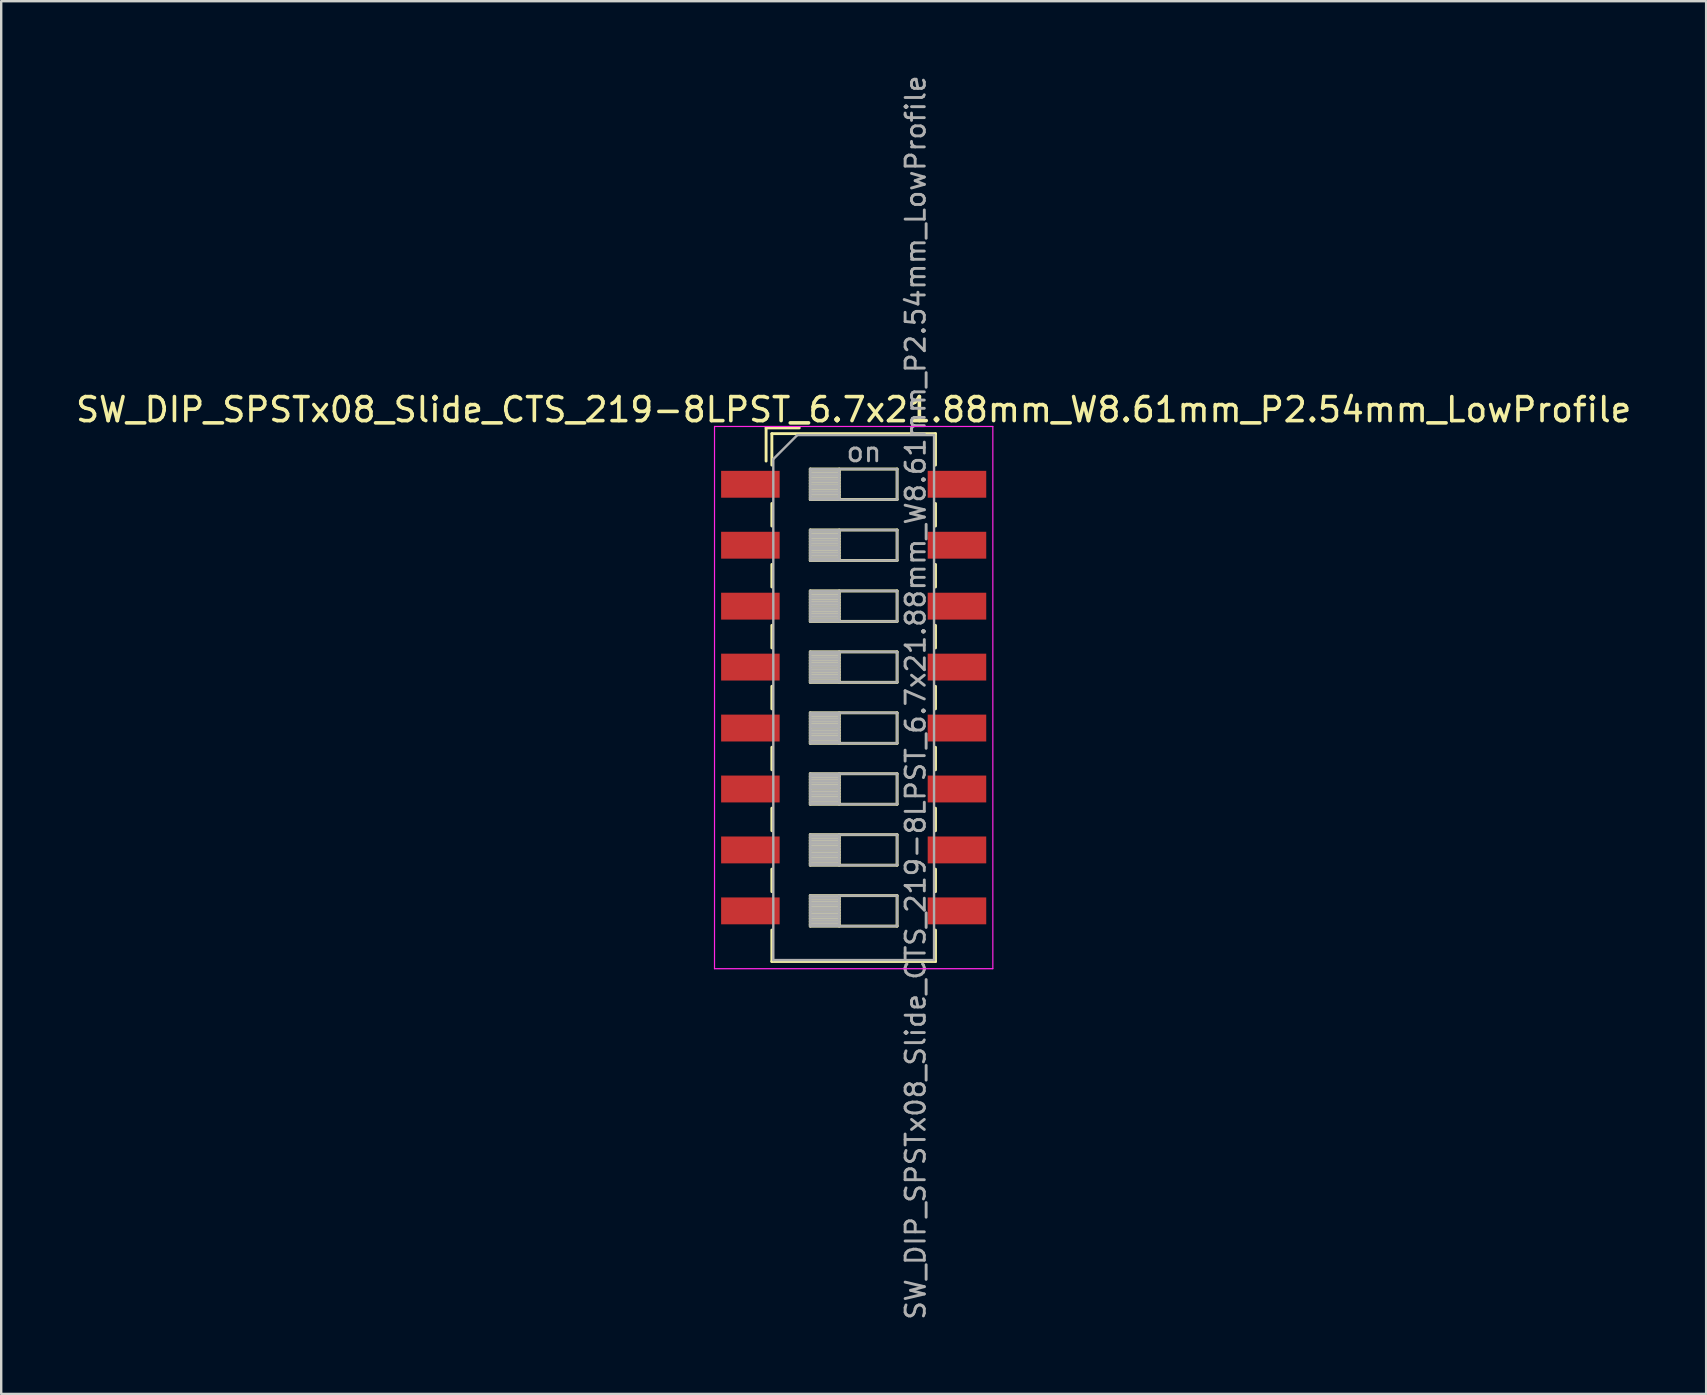
<source format=kicad_pcb>
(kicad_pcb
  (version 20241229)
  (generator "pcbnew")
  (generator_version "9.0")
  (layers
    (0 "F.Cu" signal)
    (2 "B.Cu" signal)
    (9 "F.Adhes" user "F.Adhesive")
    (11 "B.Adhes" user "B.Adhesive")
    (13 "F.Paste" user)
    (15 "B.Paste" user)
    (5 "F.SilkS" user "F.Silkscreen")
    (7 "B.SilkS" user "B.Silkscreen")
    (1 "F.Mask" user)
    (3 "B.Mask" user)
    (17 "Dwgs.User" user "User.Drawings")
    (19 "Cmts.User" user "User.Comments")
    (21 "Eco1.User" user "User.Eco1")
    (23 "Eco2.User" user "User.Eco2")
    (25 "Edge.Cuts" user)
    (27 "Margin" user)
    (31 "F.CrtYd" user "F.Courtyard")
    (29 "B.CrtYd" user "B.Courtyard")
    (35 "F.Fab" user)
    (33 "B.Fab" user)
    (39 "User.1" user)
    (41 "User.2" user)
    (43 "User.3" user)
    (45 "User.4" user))
  (footprint "SW_DIP_SPSTx08_Slide_CTS_219-8LPST_6.7x21.88mm_W8.61mm_P2.54mm_LowProfile"
    (layer "F.Cu")
    (at 32.53 26.024)
    (property "Reference" "SW_DIP_SPSTx08_Slide_CTS_219-8LPST_6.7x21.88mm_W8.61mm_P2.54mm_LowProfile" (at 0 -12 0) (layer "F.SilkS") (effects (font (size 1 1) (thickness 0.15))))
    (attr smd)
    (fp_line (start -3.65 -11.24) (end -3.65 -9.857) (stroke (width 0.12) (type solid)) (layer "F.SilkS"))
    (fp_line (start -3.65 -11.24) (end -2.267 -11.24) (stroke (width 0.12) (type solid)) (layer "F.SilkS"))
    (fp_line (start -3.41 -11) (end -3.41 -9.69) (stroke (width 0.12) (type solid)) (layer "F.SilkS"))
    (fp_line (start -3.41 -11) (end 3.41 -11) (stroke (width 0.12) (type solid)) (layer "F.SilkS"))
    (fp_line (start -3.41 -8.09) (end -3.41 -7.15) (stroke (width 0.12) (type solid)) (layer "F.SilkS"))
    (fp_line (start -3.41 -5.55) (end -3.41 -4.61) (stroke (width 0.12) (type solid)) (layer "F.SilkS"))
    (fp_line (start -3.41 -3.01) (end -3.41 -2.07) (stroke (width 0.12) (type solid)) (layer "F.SilkS"))
    (fp_line (start -3.41 -0.47) (end -3.41 0.47) (stroke (width 0.12) (type solid)) (layer "F.SilkS"))
    (fp_line (start -3.41 2.07) (end -3.41 3.01) (stroke (width 0.12) (type solid)) (layer "F.SilkS"))
    (fp_line (start -3.41 4.61) (end -3.41 5.55) (stroke (width 0.12) (type solid)) (layer "F.SilkS"))
    (fp_line (start -3.41 7.15) (end -3.41 8.09) (stroke (width 0.12) (type solid)) (layer "F.SilkS"))
    (fp_line (start -3.41 9.69) (end -3.41 11.001) (stroke (width 0.12) (type solid)) (layer "F.SilkS"))
    (fp_line (start -3.41 11.001) (end 3.41 11.001) (stroke (width 0.12) (type solid)) (layer "F.SilkS"))
    (fp_line (start -1.81 -9.525) (end -1.81 -8.255) (stroke (width 0.12) (type solid)) (layer "F.SilkS"))
    (fp_line (start -1.81 -9.405) (end -0.603 -9.405) (stroke (width 0.12) (type solid)) (layer "F.SilkS"))
    (fp_line (start -1.81 -9.285) (end -0.603 -9.285) (stroke (width 0.12) (type solid)) (layer "F.SilkS"))
    (fp_line (start -1.81 -9.165) (end -0.603 -9.165) (stroke (width 0.12) (type solid)) (layer "F.SilkS"))
    (fp_line (start -1.81 -9.045) (end -0.603 -9.045) (stroke (width 0.12) (type solid)) (layer "F.SilkS"))
    (fp_line (start -1.81 -8.925) (end -0.603 -8.925) (stroke (width 0.12) (type solid)) (layer "F.SilkS"))
    (fp_line (start -1.81 -8.805) (end -0.603 -8.805) (stroke (width 0.12) (type solid)) (layer "F.SilkS"))
    (fp_line (start -1.81 -8.685) (end -0.603 -8.685) (stroke (width 0.12) (type solid)) (layer "F.SilkS"))
    (fp_line (start -1.81 -8.565) (end -0.603 -8.565) (stroke (width 0.12) (type solid)) (layer "F.SilkS"))
    (fp_line (start -1.81 -8.445) (end -0.603 -8.445) (stroke (width 0.12) (type solid)) (layer "F.SilkS"))
    (fp_line (start -1.81 -8.325) (end -0.603 -8.325) (stroke (width 0.12) (type solid)) (layer "F.SilkS"))
    (fp_line (start -1.81 -8.255) (end 1.81 -8.255) (stroke (width 0.12) (type solid)) (layer "F.SilkS"))
    (fp_line (start -1.81 -6.985) (end -1.81 -5.715) (stroke (width 0.12) (type solid)) (layer "F.SilkS"))
    (fp_line (start -1.81 -6.865) (end -0.603 -6.865) (stroke (width 0.12) (type solid)) (layer "F.SilkS"))
    (fp_line (start -1.81 -6.745) (end -0.603 -6.745) (stroke (width 0.12) (type solid)) (layer "F.SilkS"))
    (fp_line (start -1.81 -6.625) (end -0.603 -6.625) (stroke (width 0.12) (type solid)) (layer "F.SilkS"))
    (fp_line (start -1.81 -6.505) (end -0.603 -6.505) (stroke (width 0.12) (type solid)) (layer "F.SilkS"))
    (fp_line (start -1.81 -6.385) (end -0.603 -6.385) (stroke (width 0.12) (type solid)) (layer "F.SilkS"))
    (fp_line (start -1.81 -6.265) (end -0.603 -6.265) (stroke (width 0.12) (type solid)) (layer "F.SilkS"))
    (fp_line (start -1.81 -6.145) (end -0.603 -6.145) (stroke (width 0.12) (type solid)) (layer "F.SilkS"))
    (fp_line (start -1.81 -6.025) (end -0.603 -6.025) (stroke (width 0.12) (type solid)) (layer "F.SilkS"))
    (fp_line (start -1.81 -5.905) (end -0.603 -5.905) (stroke (width 0.12) (type solid)) (layer "F.SilkS"))
    (fp_line (start -1.81 -5.785) (end -0.603 -5.785) (stroke (width 0.12) (type solid)) (layer "F.SilkS"))
    (fp_line (start -1.81 -5.715) (end 1.81 -5.715) (stroke (width 0.12) (type solid)) (layer "F.SilkS"))
    (fp_line (start -1.81 -4.445) (end -1.81 -3.175) (stroke (width 0.12) (type solid)) (layer "F.SilkS"))
    (fp_line (start -1.81 -4.325) (end -0.603 -4.325) (stroke (width 0.12) (type solid)) (layer "F.SilkS"))
    (fp_line (start -1.81 -4.205) (end -0.603 -4.205) (stroke (width 0.12) (type solid)) (layer "F.SilkS"))
    (fp_line (start -1.81 -4.085) (end -0.603 -4.085) (stroke (width 0.12) (type solid)) (layer "F.SilkS"))
    (fp_line (start -1.81 -3.965) (end -0.603 -3.965) (stroke (width 0.12) (type solid)) (layer "F.SilkS"))
    (fp_line (start -1.81 -3.845) (end -0.603 -3.845) (stroke (width 0.12) (type solid)) (layer "F.SilkS"))
    (fp_line (start -1.81 -3.725) (end -0.603 -3.725) (stroke (width 0.12) (type solid)) (layer "F.SilkS"))
    (fp_line (start -1.81 -3.605) (end -0.603 -3.605) (stroke (width 0.12) (type solid)) (layer "F.SilkS"))
    (fp_line (start -1.81 -3.485) (end -0.603 -3.485) (stroke (width 0.12) (type solid)) (layer "F.SilkS"))
    (fp_line (start -1.81 -3.365) (end -0.603 -3.365) (stroke (width 0.12) (type solid)) (layer "F.SilkS"))
    (fp_line (start -1.81 -3.245) (end -0.603 -3.245) (stroke (width 0.12) (type solid)) (layer "F.SilkS"))
    (fp_line (start -1.81 -3.175) (end 1.81 -3.175) (stroke (width 0.12) (type solid)) (layer "F.SilkS"))
    (fp_line (start -1.81 -1.905) (end -1.81 -0.635) (stroke (width 0.12) (type solid)) (layer "F.SilkS"))
    (fp_line (start -1.81 -1.785) (end -0.603 -1.785) (stroke (width 0.12) (type solid)) (layer "F.SilkS"))
    (fp_line (start -1.81 -1.665) (end -0.603 -1.665) (stroke (width 0.12) (type solid)) (layer "F.SilkS"))
    (fp_line (start -1.81 -1.545) (end -0.603 -1.545) (stroke (width 0.12) (type solid)) (layer "F.SilkS"))
    (fp_line (start -1.81 -1.425) (end -0.603 -1.425) (stroke (width 0.12) (type solid)) (layer "F.SilkS"))
    (fp_line (start -1.81 -1.305) (end -0.603 -1.305) (stroke (width 0.12) (type solid)) (layer "F.SilkS"))
    (fp_line (start -1.81 -1.185) (end -0.603 -1.185) (stroke (width 0.12) (type solid)) (layer "F.SilkS"))
    (fp_line (start -1.81 -1.065) (end -0.603 -1.065) (stroke (width 0.12) (type solid)) (layer "F.SilkS"))
    (fp_line (start -1.81 -0.945) (end -0.603 -0.945) (stroke (width 0.12) (type solid)) (layer "F.SilkS"))
    (fp_line (start -1.81 -0.825) (end -0.603 -0.825) (stroke (width 0.12) (type solid)) (layer "F.SilkS"))
    (fp_line (start -1.81 -0.705) (end -0.603 -0.705) (stroke (width 0.12) (type solid)) (layer "F.SilkS"))
    (fp_line (start -1.81 -0.635) (end 1.81 -0.635) (stroke (width 0.12) (type solid)) (layer "F.SilkS"))
    (fp_line (start -1.81 0.635) (end -1.81 1.905) (stroke (width 0.12) (type solid)) (layer "F.SilkS"))
    (fp_line (start -1.81 0.755) (end -0.603 0.755) (stroke (width 0.12) (type solid)) (layer "F.SilkS"))
    (fp_line (start -1.81 0.875) (end -0.603 0.875) (stroke (width 0.12) (type solid)) (layer "F.SilkS"))
    (fp_line (start -1.81 0.995) (end -0.603 0.995) (stroke (width 0.12) (type solid)) (layer "F.SilkS"))
    (fp_line (start -1.81 1.115) (end -0.603 1.115) (stroke (width 0.12) (type solid)) (layer "F.SilkS"))
    (fp_line (start -1.81 1.235) (end -0.603 1.235) (stroke (width 0.12) (type solid)) (layer "F.SilkS"))
    (fp_line (start -1.81 1.355) (end -0.603 1.355) (stroke (width 0.12) (type solid)) (layer "F.SilkS"))
    (fp_line (start -1.81 1.475) (end -0.603 1.475) (stroke (width 0.12) (type solid)) (layer "F.SilkS"))
    (fp_line (start -1.81 1.595) (end -0.603 1.595) (stroke (width 0.12) (type solid)) (layer "F.SilkS"))
    (fp_line (start -1.81 1.715) (end -0.603 1.715) (stroke (width 0.12) (type solid)) (layer "F.SilkS"))
    (fp_line (start -1.81 1.835) (end -0.603 1.835) (stroke (width 0.12) (type solid)) (layer "F.SilkS"))
    (fp_line (start -1.81 1.905) (end 1.81 1.905) (stroke (width 0.12) (type solid)) (layer "F.SilkS"))
    (fp_line (start -1.81 3.175) (end -1.81 4.445) (stroke (width 0.12) (type solid)) (layer "F.SilkS"))
    (fp_line (start -1.81 3.295) (end -0.603 3.295) (stroke (width 0.12) (type solid)) (layer "F.SilkS"))
    (fp_line (start -1.81 3.415) (end -0.603 3.415) (stroke (width 0.12) (type solid)) (layer "F.SilkS"))
    (fp_line (start -1.81 3.535) (end -0.603 3.535) (stroke (width 0.12) (type solid)) (layer "F.SilkS"))
    (fp_line (start -1.81 3.655) (end -0.603 3.655) (stroke (width 0.12) (type solid)) (layer "F.SilkS"))
    (fp_line (start -1.81 3.775) (end -0.603 3.775) (stroke (width 0.12) (type solid)) (layer "F.SilkS"))
    (fp_line (start -1.81 3.895) (end -0.603 3.895) (stroke (width 0.12) (type solid)) (layer "F.SilkS"))
    (fp_line (start -1.81 4.015) (end -0.603 4.015) (stroke (width 0.12) (type solid)) (layer "F.SilkS"))
    (fp_line (start -1.81 4.135) (end -0.603 4.135) (stroke (width 0.12) (type solid)) (layer "F.SilkS"))
    (fp_line (start -1.81 4.255) (end -0.603 4.255) (stroke (width 0.12) (type solid)) (layer "F.SilkS"))
    (fp_line (start -1.81 4.375) (end -0.603 4.375) (stroke (width 0.12) (type solid)) (layer "F.SilkS"))
    (fp_line (start -1.81 4.445) (end 1.81 4.445) (stroke (width 0.12) (type solid)) (layer "F.SilkS"))
    (fp_line (start -1.81 5.715) (end -1.81 6.985) (stroke (width 0.12) (type solid)) (layer "F.SilkS"))
    (fp_line (start -1.81 5.835) (end -0.603 5.835) (stroke (width 0.12) (type solid)) (layer "F.SilkS"))
    (fp_line (start -1.81 5.955) (end -0.603 5.955) (stroke (width 0.12) (type solid)) (layer "F.SilkS"))
    (fp_line (start -1.81 6.075) (end -0.603 6.075) (stroke (width 0.12) (type solid)) (layer "F.SilkS"))
    (fp_line (start -1.81 6.195) (end -0.603 6.195) (stroke (width 0.12) (type solid)) (layer "F.SilkS"))
    (fp_line (start -1.81 6.315) (end -0.603 6.315) (stroke (width 0.12) (type solid)) (layer "F.SilkS"))
    (fp_line (start -1.81 6.435) (end -0.603 6.435) (stroke (width 0.12) (type solid)) (layer "F.SilkS"))
    (fp_line (start -1.81 6.555) (end -0.603 6.555) (stroke (width 0.12) (type solid)) (layer "F.SilkS"))
    (fp_line (start -1.81 6.675) (end -0.603 6.675) (stroke (width 0.12) (type solid)) (layer "F.SilkS"))
    (fp_line (start -1.81 6.795) (end -0.603 6.795) (stroke (width 0.12) (type solid)) (layer "F.SilkS"))
    (fp_line (start -1.81 6.915) (end -0.603 6.915) (stroke (width 0.12) (type solid)) (layer "F.SilkS"))
    (fp_line (start -1.81 6.985) (end 1.81 6.985) (stroke (width 0.12) (type solid)) (layer "F.SilkS"))
    (fp_line (start -1.81 8.255) (end -1.81 9.525) (stroke (width 0.12) (type solid)) (layer "F.SilkS"))
    (fp_line (start -1.81 8.375) (end -0.603 8.375) (stroke (width 0.12) (type solid)) (layer "F.SilkS"))
    (fp_line (start -1.81 8.495) (end -0.603 8.495) (stroke (width 0.12) (type solid)) (layer "F.SilkS"))
    (fp_line (start -1.81 8.615) (end -0.603 8.615) (stroke (width 0.12) (type solid)) (layer "F.SilkS"))
    (fp_line (start -1.81 8.735) (end -0.603 8.735) (stroke (width 0.12) (type solid)) (layer "F.SilkS"))
    (fp_line (start -1.81 8.855) (end -0.603 8.855) (stroke (width 0.12) (type solid)) (layer "F.SilkS"))
    (fp_line (start -1.81 8.975) (end -0.603 8.975) (stroke (width 0.12) (type solid)) (layer "F.SilkS"))
    (fp_line (start -1.81 9.095) (end -0.603 9.095) (stroke (width 0.12) (type solid)) (layer "F.SilkS"))
    (fp_line (start -1.81 9.215) (end -0.603 9.215) (stroke (width 0.12) (type solid)) (layer "F.SilkS"))
    (fp_line (start -1.81 9.335) (end -0.603 9.335) (stroke (width 0.12) (type solid)) (layer "F.SilkS"))
    (fp_line (start -1.81 9.455) (end -0.603 9.455) (stroke (width 0.12) (type solid)) (layer "F.SilkS"))
    (fp_line (start -1.81 9.525) (end 1.81 9.525) (stroke (width 0.12) (type solid)) (layer "F.SilkS"))
    (fp_line (start -0.603 -9.525) (end -0.603 -8.255) (stroke (width 0.12) (type solid)) (layer "F.SilkS"))
    (fp_line (start -0.603 -6.985) (end -0.603 -5.715) (stroke (width 0.12) (type solid)) (layer "F.SilkS"))
    (fp_line (start -0.603 -4.445) (end -0.603 -3.175) (stroke (width 0.12) (type solid)) (layer "F.SilkS"))
    (fp_line (start -0.603 -1.905) (end -0.603 -0.635) (stroke (width 0.12) (type solid)) (layer "F.SilkS"))
    (fp_line (start -0.603 0.635) (end -0.603 1.905) (stroke (width 0.12) (type solid)) (layer "F.SilkS"))
    (fp_line (start -0.603 3.175) (end -0.603 4.445) (stroke (width 0.12) (type solid)) (layer "F.SilkS"))
    (fp_line (start -0.603 5.715) (end -0.603 6.985) (stroke (width 0.12) (type solid)) (layer "F.SilkS"))
    (fp_line (start -0.603 8.255) (end -0.603 9.525) (stroke (width 0.12) (type solid)) (layer "F.SilkS"))
    (fp_line (start 1.81 -9.525) (end -1.81 -9.525) (stroke (width 0.12) (type solid)) (layer "F.SilkS"))
    (fp_line (start 1.81 -8.255) (end 1.81 -9.525) (stroke (width 0.12) (type solid)) (layer "F.SilkS"))
    (fp_line (start 1.81 -6.985) (end -1.81 -6.985) (stroke (width 0.12) (type solid)) (layer "F.SilkS"))
    (fp_line (start 1.81 -5.715) (end 1.81 -6.985) (stroke (width 0.12) (type solid)) (layer "F.SilkS"))
    (fp_line (start 1.81 -4.445) (end -1.81 -4.445) (stroke (width 0.12) (type solid)) (layer "F.SilkS"))
    (fp_line (start 1.81 -3.175) (end 1.81 -4.445) (stroke (width 0.12) (type solid)) (layer "F.SilkS"))
    (fp_line (start 1.81 -1.905) (end -1.81 -1.905) (stroke (width 0.12) (type solid)) (layer "F.SilkS"))
    (fp_line (start 1.81 -0.635) (end 1.81 -1.905) (stroke (width 0.12) (type solid)) (layer "F.SilkS"))
    (fp_line (start 1.81 0.635) (end -1.81 0.635) (stroke (width 0.12) (type solid)) (layer "F.SilkS"))
    (fp_line (start 1.81 1.905) (end 1.81 0.635) (stroke (width 0.12) (type solid)) (layer "F.SilkS"))
    (fp_line (start 1.81 3.175) (end -1.81 3.175) (stroke (width 0.12) (type solid)) (layer "F.SilkS"))
    (fp_line (start 1.81 4.445) (end 1.81 3.175) (stroke (width 0.12) (type solid)) (layer "F.SilkS"))
    (fp_line (start 1.81 5.715) (end -1.81 5.715) (stroke (width 0.12) (type solid)) (layer "F.SilkS"))
    (fp_line (start 1.81 6.985) (end 1.81 5.715) (stroke (width 0.12) (type solid)) (layer "F.SilkS"))
    (fp_line (start 1.81 8.255) (end -1.81 8.255) (stroke (width 0.12) (type solid)) (layer "F.SilkS"))
    (fp_line (start 1.81 9.525) (end 1.81 8.255) (stroke (width 0.12) (type solid)) (layer "F.SilkS"))
    (fp_line (start 3.41 -11) (end 3.41 -9.69) (stroke (width 0.12) (type solid)) (layer "F.SilkS"))
    (fp_line (start 3.41 -8.089) (end 3.41 -7.149) (stroke (width 0.12) (type solid)) (layer "F.SilkS"))
    (fp_line (start 3.41 -5.549) (end 3.41 -4.609) (stroke (width 0.12) (type solid)) (layer "F.SilkS"))
    (fp_line (start 3.41 -3.009) (end 3.41 -2.069) (stroke (width 0.12) (type solid)) (layer "F.SilkS"))
    (fp_line (start 3.41 -0.469) (end 3.41 0.471) (stroke (width 0.12) (type solid)) (layer "F.SilkS"))
    (fp_line (start 3.41 2.071) (end 3.41 3.011) (stroke (width 0.12) (type solid)) (layer "F.SilkS"))
    (fp_line (start 3.41 4.611) (end 3.41 5.551) (stroke (width 0.12) (type solid)) (layer "F.SilkS"))
    (fp_line (start 3.41 7.151) (end 3.41 8.09) (stroke (width 0.12) (type solid)) (layer "F.SilkS"))
    (fp_line (start 3.41 9.69) (end 3.41 11.001) (stroke (width 0.12) (type solid)) (layer "F.SilkS"))
    (fp_line (start -5.8 -11.3) (end -5.8 11.3) (stroke (width 0.05) (type solid)) (layer "F.CrtYd"))
    (fp_line (start -5.8 11.3) (end 5.8 11.3) (stroke (width 0.05) (type solid)) (layer "F.CrtYd"))
    (fp_line (start 5.8 -11.3) (end -5.8 -11.3) (stroke (width 0.05) (type solid)) (layer "F.CrtYd"))
    (fp_line (start 5.8 11.3) (end 5.8 -11.3) (stroke (width 0.05) (type solid)) (layer "F.CrtYd"))
    (fp_line (start -3.35 -9.94) (end -2.35 -10.94) (stroke (width 0.1) (type solid)) (layer "F.Fab"))
    (fp_line (start -3.35 10.94) (end -3.35 -9.94) (stroke (width 0.1) (type solid)) (layer "F.Fab"))
    (fp_line (start -2.35 -10.94) (end 3.35 -10.94) (stroke (width 0.1) (type solid)) (layer "F.Fab"))
    (fp_line (start -1.81 -9.525) (end -1.81 -8.255) (stroke (width 0.1) (type solid)) (layer "F.Fab"))
    (fp_line (start -1.81 -9.425) (end -0.603 -9.425) (stroke (width 0.1) (type solid)) (layer "F.Fab"))
    (fp_line (start -1.81 -9.325) (end -0.603 -9.325) (stroke (width 0.1) (type solid)) (layer "F.Fab"))
    (fp_line (start -1.81 -9.225) (end -0.603 -9.225) (stroke (width 0.1) (type solid)) (layer "F.Fab"))
    (fp_line (start -1.81 -9.125) (end -0.603 -9.125) (stroke (width 0.1) (type solid)) (layer "F.Fab"))
    (fp_line (start -1.81 -9.025) (end -0.603 -9.025) (stroke (width 0.1) (type solid)) (layer "F.Fab"))
    (fp_line (start -1.81 -8.925) (end -0.603 -8.925) (stroke (width 0.1) (type solid)) (layer "F.Fab"))
    (fp_line (start -1.81 -8.825) (end -0.603 -8.825) (stroke (width 0.1) (type solid)) (layer "F.Fab"))
    (fp_line (start -1.81 -8.725) (end -0.603 -8.725) (stroke (width 0.1) (type solid)) (layer "F.Fab"))
    (fp_line (start -1.81 -8.625) (end -0.603 -8.625) (stroke (width 0.1) (type solid)) (layer "F.Fab"))
    (fp_line (start -1.81 -8.525) (end -0.603 -8.525) (stroke (width 0.1) (type solid)) (layer "F.Fab"))
    (fp_line (start -1.81 -8.425) (end -0.603 -8.425) (stroke (width 0.1) (type solid)) (layer "F.Fab"))
    (fp_line (start -1.81 -8.325) (end -0.603 -8.325) (stroke (width 0.1) (type solid)) (layer "F.Fab"))
    (fp_line (start -1.81 -8.255) (end 1.81 -8.255) (stroke (width 0.1) (type solid)) (layer "F.Fab"))
    (fp_line (start -1.81 -6.985) (end -1.81 -5.715) (stroke (width 0.1) (type solid)) (layer "F.Fab"))
    (fp_line (start -1.81 -6.885) (end -0.603 -6.885) (stroke (width 0.1) (type solid)) (layer "F.Fab"))
    (fp_line (start -1.81 -6.785) (end -0.603 -6.785) (stroke (width 0.1) (type solid)) (layer "F.Fab"))
    (fp_line (start -1.81 -6.685) (end -0.603 -6.685) (stroke (width 0.1) (type solid)) (layer "F.Fab"))
    (fp_line (start -1.81 -6.585) (end -0.603 -6.585) (stroke (width 0.1) (type solid)) (layer "F.Fab"))
    (fp_line (start -1.81 -6.485) (end -0.603 -6.485) (stroke (width 0.1) (type solid)) (layer "F.Fab"))
    (fp_line (start -1.81 -6.385) (end -0.603 -6.385) (stroke (width 0.1) (type solid)) (layer "F.Fab"))
    (fp_line (start -1.81 -6.285) (end -0.603 -6.285) (stroke (width 0.1) (type solid)) (layer "F.Fab"))
    (fp_line (start -1.81 -6.185) (end -0.603 -6.185) (stroke (width 0.1) (type solid)) (layer "F.Fab"))
    (fp_line (start -1.81 -6.085) (end -0.603 -6.085) (stroke (width 0.1) (type solid)) (layer "F.Fab"))
    (fp_line (start -1.81 -5.985) (end -0.603 -5.985) (stroke (width 0.1) (type solid)) (layer "F.Fab"))
    (fp_line (start -1.81 -5.885) (end -0.603 -5.885) (stroke (width 0.1) (type solid)) (layer "F.Fab"))
    (fp_line (start -1.81 -5.785) (end -0.603 -5.785) (stroke (width 0.1) (type solid)) (layer "F.Fab"))
    (fp_line (start -1.81 -5.715) (end 1.81 -5.715) (stroke (width 0.1) (type solid)) (layer "F.Fab"))
    (fp_line (start -1.81 -4.445) (end -1.81 -3.175) (stroke (width 0.1) (type solid)) (layer "F.Fab"))
    (fp_line (start -1.81 -4.345) (end -0.603 -4.345) (stroke (width 0.1) (type solid)) (layer "F.Fab"))
    (fp_line (start -1.81 -4.245) (end -0.603 -4.245) (stroke (width 0.1) (type solid)) (layer "F.Fab"))
    (fp_line (start -1.81 -4.145) (end -0.603 -4.145) (stroke (width 0.1) (type solid)) (layer "F.Fab"))
    (fp_line (start -1.81 -4.045) (end -0.603 -4.045) (stroke (width 0.1) (type solid)) (layer "F.Fab"))
    (fp_line (start -1.81 -3.945) (end -0.603 -3.945) (stroke (width 0.1) (type solid)) (layer "F.Fab"))
    (fp_line (start -1.81 -3.845) (end -0.603 -3.845) (stroke (width 0.1) (type solid)) (layer "F.Fab"))
    (fp_line (start -1.81 -3.745) (end -0.603 -3.745) (stroke (width 0.1) (type solid)) (layer "F.Fab"))
    (fp_line (start -1.81 -3.645) (end -0.603 -3.645) (stroke (width 0.1) (type solid)) (layer "F.Fab"))
    (fp_line (start -1.81 -3.545) (end -0.603 -3.545) (stroke (width 0.1) (type solid)) (layer "F.Fab"))
    (fp_line (start -1.81 -3.445) (end -0.603 -3.445) (stroke (width 0.1) (type solid)) (layer "F.Fab"))
    (fp_line (start -1.81 -3.345) (end -0.603 -3.345) (stroke (width 0.1) (type solid)) (layer "F.Fab"))
    (fp_line (start -1.81 -3.245) (end -0.603 -3.245) (stroke (width 0.1) (type solid)) (layer "F.Fab"))
    (fp_line (start -1.81 -3.175) (end 1.81 -3.175) (stroke (width 0.1) (type solid)) (layer "F.Fab"))
    (fp_line (start -1.81 -1.905) (end -1.81 -0.635) (stroke (width 0.1) (type solid)) (layer "F.Fab"))
    (fp_line (start -1.81 -1.805) (end -0.603 -1.805) (stroke (width 0.1) (type solid)) (layer "F.Fab"))
    (fp_line (start -1.81 -1.705) (end -0.603 -1.705) (stroke (width 0.1) (type solid)) (layer "F.Fab"))
    (fp_line (start -1.81 -1.605) (end -0.603 -1.605) (stroke (width 0.1) (type solid)) (layer "F.Fab"))
    (fp_line (start -1.81 -1.505) (end -0.603 -1.505) (stroke (width 0.1) (type solid)) (layer "F.Fab"))
    (fp_line (start -1.81 -1.405) (end -0.603 -1.405) (stroke (width 0.1) (type solid)) (layer "F.Fab"))
    (fp_line (start -1.81 -1.305) (end -0.603 -1.305) (stroke (width 0.1) (type solid)) (layer "F.Fab"))
    (fp_line (start -1.81 -1.205) (end -0.603 -1.205) (stroke (width 0.1) (type solid)) (layer "F.Fab"))
    (fp_line (start -1.81 -1.105) (end -0.603 -1.105) (stroke (width 0.1) (type solid)) (layer "F.Fab"))
    (fp_line (start -1.81 -1.005) (end -0.603 -1.005) (stroke (width 0.1) (type solid)) (layer "F.Fab"))
    (fp_line (start -1.81 -0.905) (end -0.603 -0.905) (stroke (width 0.1) (type solid)) (layer "F.Fab"))
    (fp_line (start -1.81 -0.805) (end -0.603 -0.805) (stroke (width 0.1) (type solid)) (layer "F.Fab"))
    (fp_line (start -1.81 -0.705) (end -0.603 -0.705) (stroke (width 0.1) (type solid)) (layer "F.Fab"))
    (fp_line (start -1.81 -0.635) (end 1.81 -0.635) (stroke (width 0.1) (type solid)) (layer "F.Fab"))
    (fp_line (start -1.81 0.635) (end -1.81 1.905) (stroke (width 0.1) (type solid)) (layer "F.Fab"))
    (fp_line (start -1.81 0.735) (end -0.603 0.735) (stroke (width 0.1) (type solid)) (layer "F.Fab"))
    (fp_line (start -1.81 0.835) (end -0.603 0.835) (stroke (width 0.1) (type solid)) (layer "F.Fab"))
    (fp_line (start -1.81 0.935) (end -0.603 0.935) (stroke (width 0.1) (type solid)) (layer "F.Fab"))
    (fp_line (start -1.81 1.035) (end -0.603 1.035) (stroke (width 0.1) (type solid)) (layer "F.Fab"))
    (fp_line (start -1.81 1.135) (end -0.603 1.135) (stroke (width 0.1) (type solid)) (layer "F.Fab"))
    (fp_line (start -1.81 1.235) (end -0.603 1.235) (stroke (width 0.1) (type solid)) (layer "F.Fab"))
    (fp_line (start -1.81 1.335) (end -0.603 1.335) (stroke (width 0.1) (type solid)) (layer "F.Fab"))
    (fp_line (start -1.81 1.435) (end -0.603 1.435) (stroke (width 0.1) (type solid)) (layer "F.Fab"))
    (fp_line (start -1.81 1.535) (end -0.603 1.535) (stroke (width 0.1) (type solid)) (layer "F.Fab"))
    (fp_line (start -1.81 1.635) (end -0.603 1.635) (stroke (width 0.1) (type solid)) (layer "F.Fab"))
    (fp_line (start -1.81 1.735) (end -0.603 1.735) (stroke (width 0.1) (type solid)) (layer "F.Fab"))
    (fp_line (start -1.81 1.835) (end -0.603 1.835) (stroke (width 0.1) (type solid)) (layer "F.Fab"))
    (fp_line (start -1.81 1.905) (end 1.81 1.905) (stroke (width 0.1) (type solid)) (layer "F.Fab"))
    (fp_line (start -1.81 3.175) (end -1.81 4.445) (stroke (width 0.1) (type solid)) (layer "F.Fab"))
    (fp_line (start -1.81 3.275) (end -0.603 3.275) (stroke (width 0.1) (type solid)) (layer "F.Fab"))
    (fp_line (start -1.81 3.375) (end -0.603 3.375) (stroke (width 0.1) (type solid)) (layer "F.Fab"))
    (fp_line (start -1.81 3.475) (end -0.603 3.475) (stroke (width 0.1) (type solid)) (layer "F.Fab"))
    (fp_line (start -1.81 3.575) (end -0.603 3.575) (stroke (width 0.1) (type solid)) (layer "F.Fab"))
    (fp_line (start -1.81 3.675) (end -0.603 3.675) (stroke (width 0.1) (type solid)) (layer "F.Fab"))
    (fp_line (start -1.81 3.775) (end -0.603 3.775) (stroke (width 0.1) (type solid)) (layer "F.Fab"))
    (fp_line (start -1.81 3.875) (end -0.603 3.875) (stroke (width 0.1) (type solid)) (layer "F.Fab"))
    (fp_line (start -1.81 3.975) (end -0.603 3.975) (stroke (width 0.1) (type solid)) (layer "F.Fab"))
    (fp_line (start -1.81 4.075) (end -0.603 4.075) (stroke (width 0.1) (type solid)) (layer "F.Fab"))
    (fp_line (start -1.81 4.175) (end -0.603 4.175) (stroke (width 0.1) (type solid)) (layer "F.Fab"))
    (fp_line (start -1.81 4.275) (end -0.603 4.275) (stroke (width 0.1) (type solid)) (layer "F.Fab"))
    (fp_line (start -1.81 4.375) (end -0.603 4.375) (stroke (width 0.1) (type solid)) (layer "F.Fab"))
    (fp_line (start -1.81 4.445) (end 1.81 4.445) (stroke (width 0.1) (type solid)) (layer "F.Fab"))
    (fp_line (start -1.81 5.715) (end -1.81 6.985) (stroke (width 0.1) (type solid)) (layer "F.Fab"))
    (fp_line (start -1.81 5.815) (end -0.603 5.815) (stroke (width 0.1) (type solid)) (layer "F.Fab"))
    (fp_line (start -1.81 5.915) (end -0.603 5.915) (stroke (width 0.1) (type solid)) (layer "F.Fab"))
    (fp_line (start -1.81 6.015) (end -0.603 6.015) (stroke (width 0.1) (type solid)) (layer "F.Fab"))
    (fp_line (start -1.81 6.115) (end -0.603 6.115) (stroke (width 0.1) (type solid)) (layer "F.Fab"))
    (fp_line (start -1.81 6.215) (end -0.603 6.215) (stroke (width 0.1) (type solid)) (layer "F.Fab"))
    (fp_line (start -1.81 6.315) (end -0.603 6.315) (stroke (width 0.1) (type solid)) (layer "F.Fab"))
    (fp_line (start -1.81 6.415) (end -0.603 6.415) (stroke (width 0.1) (type solid)) (layer "F.Fab"))
    (fp_line (start -1.81 6.515) (end -0.603 6.515) (stroke (width 0.1) (type solid)) (layer "F.Fab"))
    (fp_line (start -1.81 6.615) (end -0.603 6.615) (stroke (width 0.1) (type solid)) (layer "F.Fab"))
    (fp_line (start -1.81 6.715) (end -0.603 6.715) (stroke (width 0.1) (type solid)) (layer "F.Fab"))
    (fp_line (start -1.81 6.815) (end -0.603 6.815) (stroke (width 0.1) (type solid)) (layer "F.Fab"))
    (fp_line (start -1.81 6.915) (end -0.603 6.915) (stroke (width 0.1) (type solid)) (layer "F.Fab"))
    (fp_line (start -1.81 6.985) (end 1.81 6.985) (stroke (width 0.1) (type solid)) (layer "F.Fab"))
    (fp_line (start -1.81 8.255) (end -1.81 9.525) (stroke (width 0.1) (type solid)) (layer "F.Fab"))
    (fp_line (start -1.81 8.355) (end -0.603 8.355) (stroke (width 0.1) (type solid)) (layer "F.Fab"))
    (fp_line (start -1.81 8.455) (end -0.603 8.455) (stroke (width 0.1) (type solid)) (layer "F.Fab"))
    (fp_line (start -1.81 8.555) (end -0.603 8.555) (stroke (width 0.1) (type solid)) (layer "F.Fab"))
    (fp_line (start -1.81 8.655) (end -0.603 8.655) (stroke (width 0.1) (type solid)) (layer "F.Fab"))
    (fp_line (start -1.81 8.755) (end -0.603 8.755) (stroke (width 0.1) (type solid)) (layer "F.Fab"))
    (fp_line (start -1.81 8.855) (end -0.603 8.855) (stroke (width 0.1) (type solid)) (layer "F.Fab"))
    (fp_line (start -1.81 8.955) (end -0.603 8.955) (stroke (width 0.1) (type solid)) (layer "F.Fab"))
    (fp_line (start -1.81 9.055) (end -0.603 9.055) (stroke (width 0.1) (type solid)) (layer "F.Fab"))
    (fp_line (start -1.81 9.155) (end -0.603 9.155) (stroke (width 0.1) (type solid)) (layer "F.Fab"))
    (fp_line (start -1.81 9.255) (end -0.603 9.255) (stroke (width 0.1) (type solid)) (layer "F.Fab"))
    (fp_line (start -1.81 9.355) (end -0.603 9.355) (stroke (width 0.1) (type solid)) (layer "F.Fab"))
    (fp_line (start -1.81 9.455) (end -0.603 9.455) (stroke (width 0.1) (type solid)) (layer "F.Fab"))
    (fp_line (start -1.81 9.525) (end 1.81 9.525) (stroke (width 0.1) (type solid)) (layer "F.Fab"))
    (fp_line (start -0.603 -9.525) (end -0.603 -8.255) (stroke (width 0.1) (type solid)) (layer "F.Fab"))
    (fp_line (start -0.603 -6.985) (end -0.603 -5.715) (stroke (width 0.1) (type solid)) (layer "F.Fab"))
    (fp_line (start -0.603 -4.445) (end -0.603 -3.175) (stroke (width 0.1) (type solid)) (layer "F.Fab"))
    (fp_line (start -0.603 -1.905) (end -0.603 -0.635) (stroke (width 0.1) (type solid)) (layer "F.Fab"))
    (fp_line (start -0.603 0.635) (end -0.603 1.905) (stroke (width 0.1) (type solid)) (layer "F.Fab"))
    (fp_line (start -0.603 3.175) (end -0.603 4.445) (stroke (width 0.1) (type solid)) (layer "F.Fab"))
    (fp_line (start -0.603 5.715) (end -0.603 6.985) (stroke (width 0.1) (type solid)) (layer "F.Fab"))
    (fp_line (start -0.603 8.255) (end -0.603 9.525) (stroke (width 0.1) (type solid)) (layer "F.Fab"))
    (fp_line (start 1.81 -9.525) (end -1.81 -9.525) (stroke (width 0.1) (type solid)) (layer "F.Fab"))
    (fp_line (start 1.81 -8.255) (end 1.81 -9.525) (stroke (width 0.1) (type solid)) (layer "F.Fab"))
    (fp_line (start 1.81 -6.985) (end -1.81 -6.985) (stroke (width 0.1) (type solid)) (layer "F.Fab"))
    (fp_line (start 1.81 -5.715) (end 1.81 -6.985) (stroke (width 0.1) (type solid)) (layer "F.Fab"))
    (fp_line (start 1.81 -4.445) (end -1.81 -4.445) (stroke (width 0.1) (type solid)) (layer "F.Fab"))
    (fp_line (start 1.81 -3.175) (end 1.81 -4.445) (stroke (width 0.1) (type solid)) (layer "F.Fab"))
    (fp_line (start 1.81 -1.905) (end -1.81 -1.905) (stroke (width 0.1) (type solid)) (layer "F.Fab"))
    (fp_line (start 1.81 -0.635) (end 1.81 -1.905) (stroke (width 0.1) (type solid)) (layer "F.Fab"))
    (fp_line (start 1.81 0.635) (end -1.81 0.635) (stroke (width 0.1) (type solid)) (layer "F.Fab"))
    (fp_line (start 1.81 1.905) (end 1.81 0.635) (stroke (width 0.1) (type solid)) (layer "F.Fab"))
    (fp_line (start 1.81 3.175) (end -1.81 3.175) (stroke (width 0.1) (type solid)) (layer "F.Fab"))
    (fp_line (start 1.81 4.445) (end 1.81 3.175) (stroke (width 0.1) (type solid)) (layer "F.Fab"))
    (fp_line (start 1.81 5.715) (end -1.81 5.715) (stroke (width 0.1) (type solid)) (layer "F.Fab"))
    (fp_line (start 1.81 6.985) (end 1.81 5.715) (stroke (width 0.1) (type solid)) (layer "F.Fab"))
    (fp_line (start 1.81 8.255) (end -1.81 8.255) (stroke (width 0.1) (type solid)) (layer "F.Fab"))
    (fp_line (start 1.81 9.525) (end 1.81 8.255) (stroke (width 0.1) (type solid)) (layer "F.Fab"))
    (fp_line (start 3.35 -10.94) (end 3.35 10.94) (stroke (width 0.1) (type solid)) (layer "F.Fab"))
    (fp_line (start 3.35 10.94) (end -3.35 10.94) (stroke (width 0.1) (type solid)) (layer "F.Fab"))
    (fp_text user "on" (at 0.427 -10.232 0) (layer "F.Fab") (effects (font (size 0.8 0.8) (thickness 0.12))))
    (fp_text user "${REFERENCE}" (at 2.58 0 90) (layer "F.Fab") (effects (font (size 0.8 0.8) (thickness 0.12))))
    (pad "1" smd rect (at -4.305 -8.89) (size 2.44 1.12) (layers "F.Cu" "F.Mask" "F.Paste"))
    (pad "2" smd rect (at -4.305 -6.35) (size 2.44 1.12) (layers "F.Cu" "F.Mask" "F.Paste"))
    (pad "3" smd rect (at -4.305 -3.81) (size 2.44 1.12) (layers "F.Cu" "F.Mask" "F.Paste"))
    (pad "4" smd rect (at -4.305 -1.27) (size 2.44 1.12) (layers "F.Cu" "F.Mask" "F.Paste"))
    (pad "5" smd rect (at -4.305 1.27) (size 2.44 1.12) (layers "F.Cu" "F.Mask" "F.Paste"))
    (pad "6" smd rect (at -4.305 3.81) (size 2.44 1.12) (layers "F.Cu" "F.Mask" "F.Paste"))
    (pad "7" smd rect (at -4.305 6.35) (size 2.44 1.12) (layers "F.Cu" "F.Mask" "F.Paste"))
    (pad "8" smd rect (at -4.305 8.89) (size 2.44 1.12) (layers "F.Cu" "F.Mask" "F.Paste"))
    (pad "9" smd rect (at 4.305 8.89) (size 2.44 1.12) (layers "F.Cu" "F.Mask" "F.Paste"))
    (pad "10" smd rect (at 4.305 6.35) (size 2.44 1.12) (layers "F.Cu" "F.Mask" "F.Paste"))
    (pad "11" smd rect (at 4.305 3.81) (size 2.44 1.12) (layers "F.Cu" "F.Mask" "F.Paste"))
    (pad "12" smd rect (at 4.305 1.27) (size 2.44 1.12) (layers "F.Cu" "F.Mask" "F.Paste"))
    (pad "13" smd rect (at 4.305 -1.27) (size 2.44 1.12) (layers "F.Cu" "F.Mask" "F.Paste"))
    (pad "14" smd rect (at 4.305 -3.81) (size 2.44 1.12) (layers "F.Cu" "F.Mask" "F.Paste"))
    (pad "15" smd rect (at 4.305 -6.35) (size 2.44 1.12) (layers "F.Cu" "F.Mask" "F.Paste"))
    (pad "16" smd rect (at 4.305 -8.89) (size 2.44 1.12) (layers "F.Cu" "F.Mask" "F.Paste")))
  (gr_rect
    (start -3 -3)
    (end 68.06 55.048)
    (stroke (width 0.1) (type default))
    (fill no)
    (layer "Edge.Cuts")))
</source>
